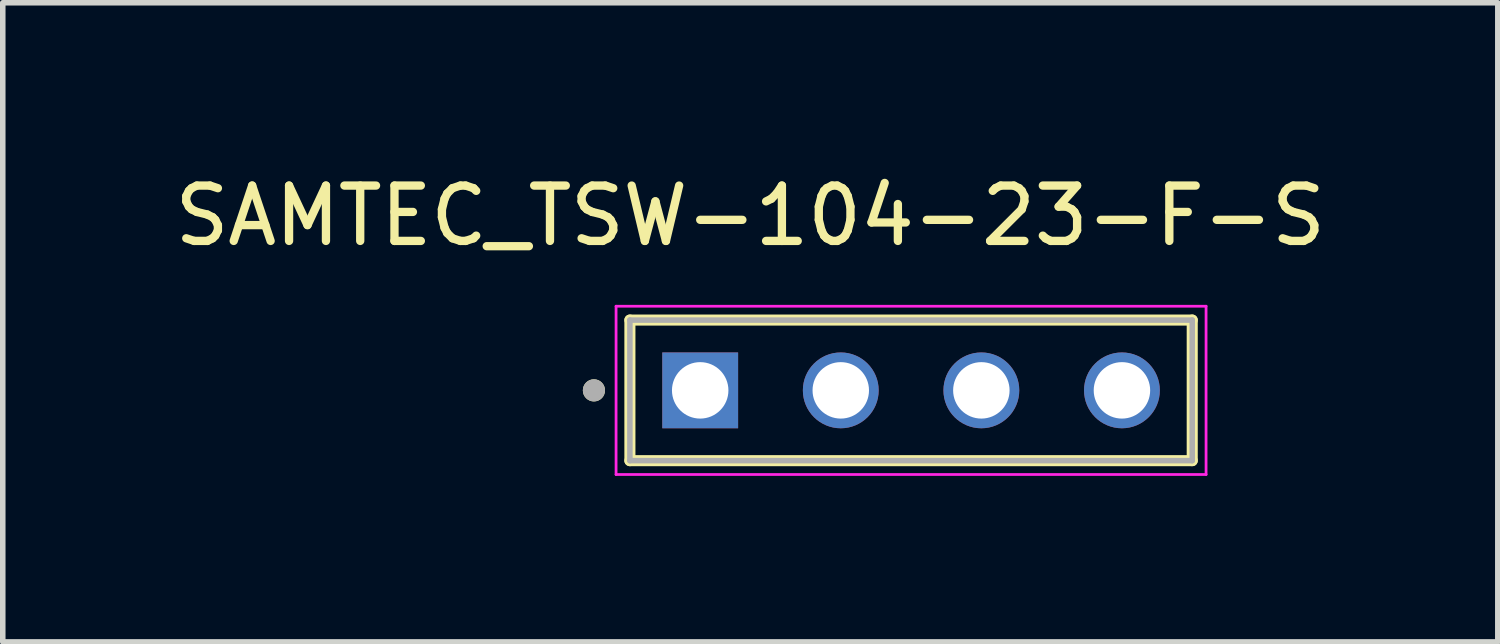
<source format=kicad_pcb>
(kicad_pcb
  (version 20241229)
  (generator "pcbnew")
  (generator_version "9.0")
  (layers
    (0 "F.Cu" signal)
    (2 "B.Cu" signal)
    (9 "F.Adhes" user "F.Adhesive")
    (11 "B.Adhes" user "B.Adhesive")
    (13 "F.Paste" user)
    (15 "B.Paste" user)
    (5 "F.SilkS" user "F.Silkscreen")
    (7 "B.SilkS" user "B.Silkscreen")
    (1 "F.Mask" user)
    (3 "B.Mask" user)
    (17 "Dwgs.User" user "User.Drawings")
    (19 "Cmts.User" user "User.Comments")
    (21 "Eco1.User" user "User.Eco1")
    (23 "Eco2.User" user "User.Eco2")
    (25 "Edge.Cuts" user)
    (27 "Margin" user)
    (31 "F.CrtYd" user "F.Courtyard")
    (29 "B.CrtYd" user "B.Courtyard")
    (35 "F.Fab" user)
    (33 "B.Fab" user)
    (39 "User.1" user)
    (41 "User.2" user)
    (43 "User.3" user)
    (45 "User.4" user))
  (footprint "SAMTEC_TSW-104-23-F-S"
    (layer "F.Cu")
    (at 9.601 4.003)
    (property "Reference" "SAMTEC_TSW-104-23-F-S" (at 0.905 -3.155 0) (layer "F.SilkS") (effects (font (size 1 1) (thickness 0.15))))
    (attr through_hole)
    (fp_line (start -1.27 1.27) (end -1.27 -1.27) (stroke (width 0.2) (type solid)) (layer "F.SilkS"))
    (fp_line (start 8.89 -1.27) (end -1.27 -1.27) (stroke (width 0.2) (type solid)) (layer "F.SilkS"))
    (fp_line (start 8.89 -1.27) (end 8.89 1.27) (stroke (width 0.2) (type solid)) (layer "F.SilkS"))
    (fp_line (start 8.89 1.27) (end -1.27 1.27) (stroke (width 0.2) (type solid)) (layer "F.SilkS"))
    (fp_circle (center -1.92 0) (end -1.82 0) (stroke (width 0.2) (type solid)) (fill no) (layer "F.SilkS"))
    (fp_line (start -1.52 -1.52) (end 9.14 -1.52) (stroke (width 0.05) (type solid)) (layer "F.CrtYd"))
    (fp_line (start -1.52 1.52) (end -1.52 -1.52) (stroke (width 0.05) (type solid)) (layer "F.CrtYd"))
    (fp_line (start 9.14 -1.52) (end 9.14 1.52) (stroke (width 0.05) (type solid)) (layer "F.CrtYd"))
    (fp_line (start 9.14 1.52) (end -1.52 1.52) (stroke (width 0.05) (type solid)) (layer "F.CrtYd"))
    (fp_line (start -1.27 -1.27) (end 8.89 -1.27) (stroke (width 0.1) (type solid)) (layer "F.Fab"))
    (fp_line (start -1.27 1.27) (end -1.27 -1.27) (stroke (width 0.1) (type solid)) (layer "F.Fab"))
    (fp_line (start 8.89 -1.27) (end 8.89 1.27) (stroke (width 0.1) (type solid)) (layer "F.Fab"))
    (fp_line (start 8.89 1.27) (end -1.27 1.27) (stroke (width 0.1) (type solid)) (layer "F.Fab"))
    (fp_circle (center -1.92 0) (end -1.82 0) (stroke (width 0.2) (type solid)) (fill no) (layer "F.Fab"))
    (pad "01" thru_hole rect (at 0 0) (size 1.37 1.37) (drill 1.02) (layers "*.Cu" "*.Mask"))
    (pad "02" thru_hole circle (at 2.54 0) (size 1.37 1.37) (drill 1.02) (layers "*.Cu" "*.Mask"))
    (pad "03" thru_hole circle (at 5.08 0) (size 1.37 1.37) (drill 1.02) (layers "*.Cu" "*.Mask"))
    (pad "04" thru_hole circle (at 7.62 0) (size 1.37 1.37) (drill 1.02) (layers "*.Cu" "*.Mask")))
  (gr_rect
    (start -3 -3)
    (end 24.012 8.548)
    (stroke (width 0.1) (type default))
    (fill no)
    (layer "Edge.Cuts")))
</source>
